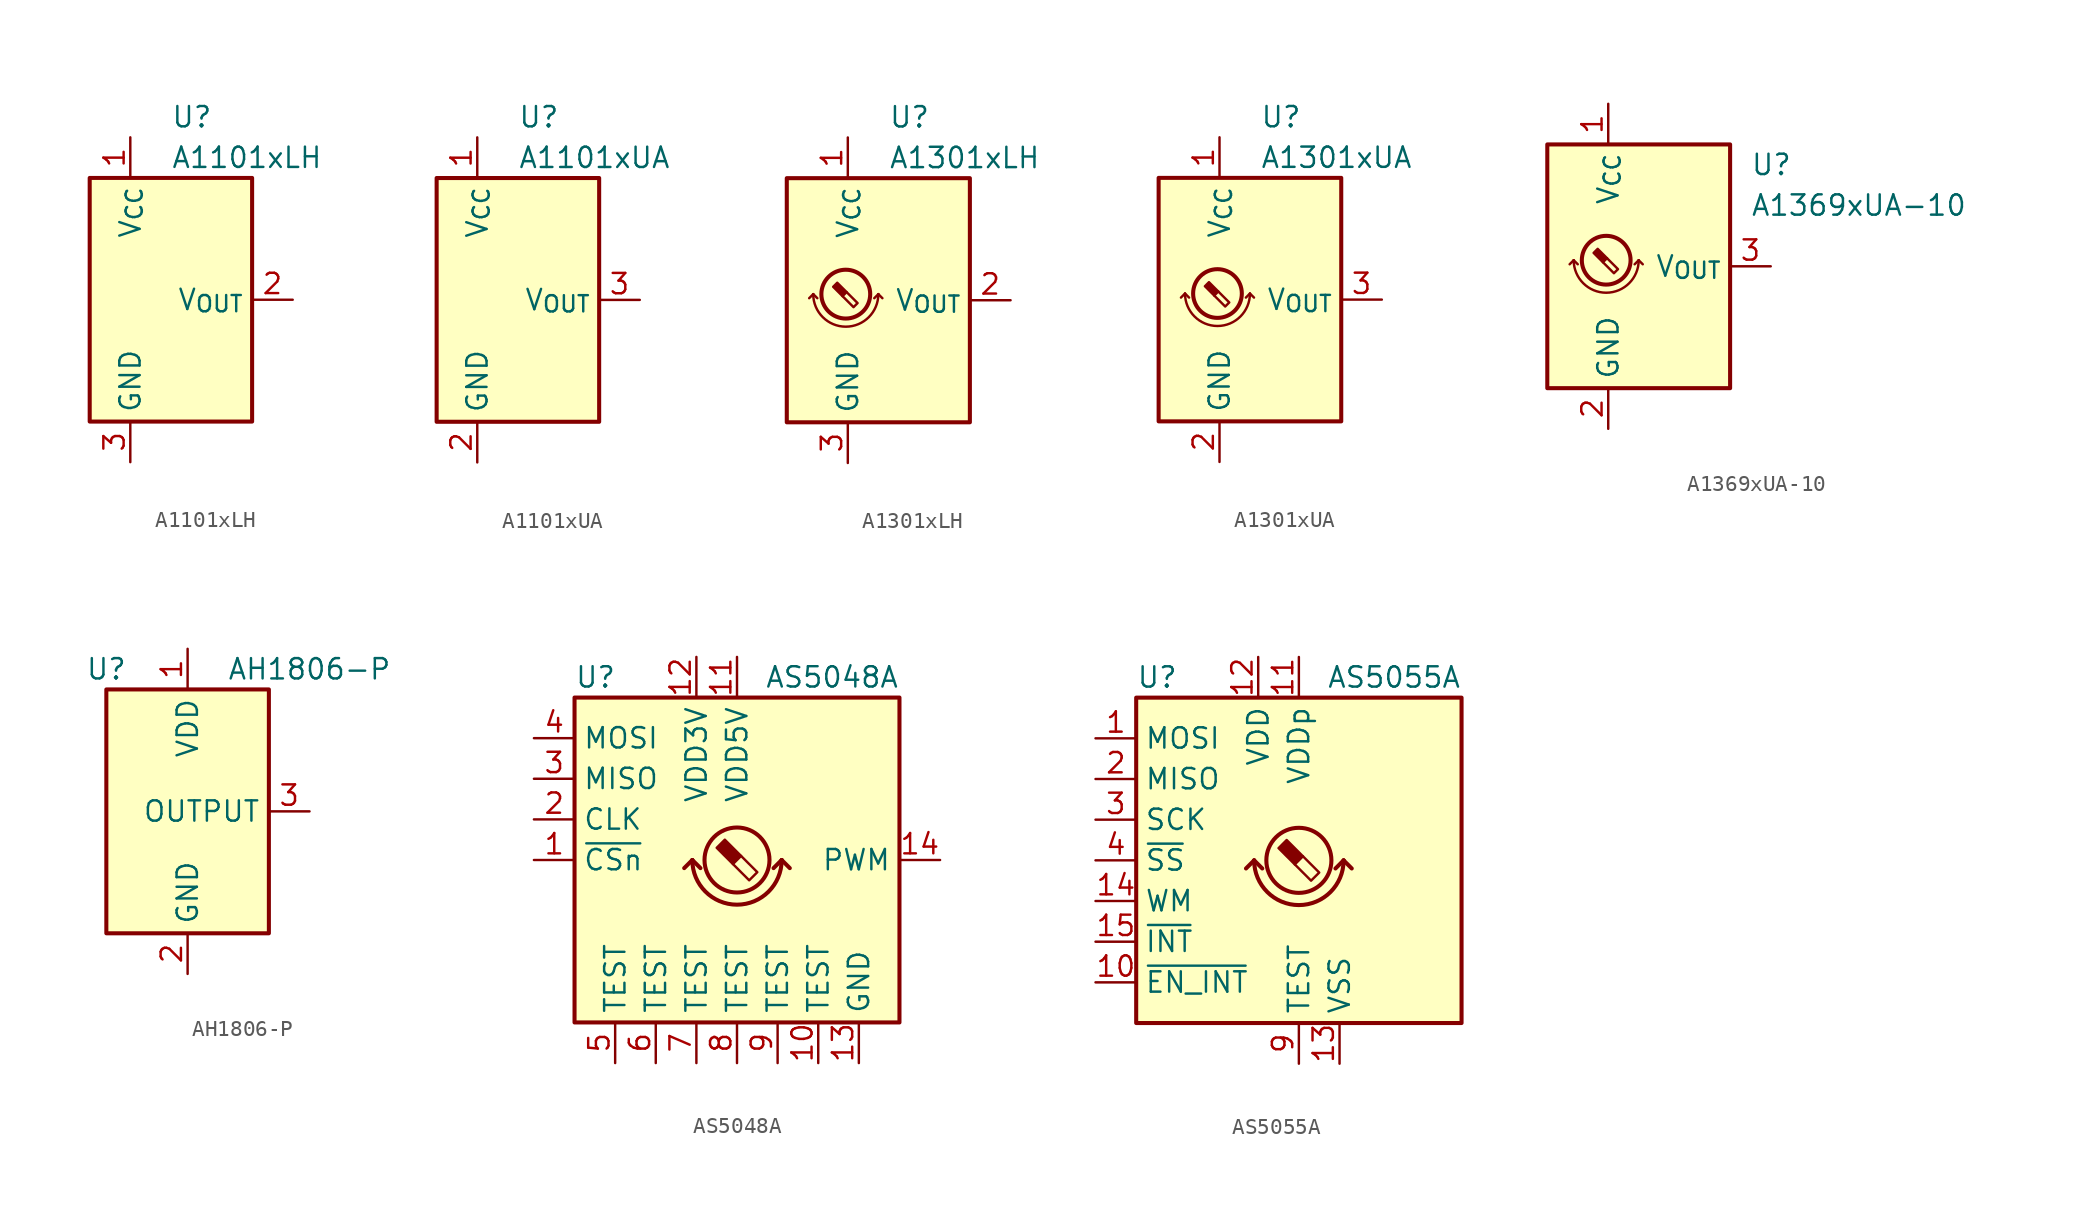
<source format=kicad_sym>
(kicad_symbol_lib
  (version 20241209)
  (generator "kicad_symbol_editor")
  (generator_version "9.0")
  (symbol "A1101xLH"
    (property "Reference" "U"
      (at 0 11.43 0)
      (effects (font (size 1.27 1.27)) (justify left)))
    (property "Value" "A1101xLH"
      (at 0 8.89 0)
      (effects (font (size 1.27 1.27)) (justify left)))
    (symbol "A1101xLH_0_1"
      (rectangle (start -5.08 7.62) (end 5.08 -7.62) (stroke (width 0.254) (type default)) (fill (type background))))
    (symbol "A1101xLH_1_1"
      (pin power_in line (at -2.54 10.16 270) (length 2.54) (name "V_{CC}" (effects (font (size 1.27 1.27)))) (number "1" (effects (font (size 1.27 1.27)))))
      (pin power_in line (at -2.54 -10.16 90) (length 2.54) (name "GND" (effects (font (size 1.27 1.27)))) (number "3" (effects (font (size 1.27 1.27)))))
      (pin open_collector line (at 7.62 0 180) (length 2.54) (name "V_{OUT}" (effects (font (size 1.27 1.27)))) (number "2" (effects (font (size 1.27 1.27)))))))
  (symbol "A1101xUA"
    (property "Reference" "U"
      (at 0 11.43 0)
      (effects (font (size 1.27 1.27)) (justify left)))
    (property "Value" "A1101xUA"
      (at 0 8.89 0)
      (effects (font (size 1.27 1.27)) (justify left)))
    (symbol "A1101xUA_0_1"
      (rectangle (start -5.08 7.62) (end 5.08 -7.62) (stroke (width 0.254) (type default)) (fill (type background))))
    (symbol "A1101xUA_1_1"
      (pin power_in line (at -2.54 10.16 270) (length 2.54) (name "V_{CC}" (effects (font (size 1.27 1.27)))) (number "1" (effects (font (size 1.27 1.27)))))
      (pin power_in line (at -2.54 -10.16 90) (length 2.54) (name "GND" (effects (font (size 1.27 1.27)))) (number "2" (effects (font (size 1.27 1.27)))))
      (pin open_collector line (at 7.62 0 180) (length 2.54) (name "V_{OUT}" (effects (font (size 1.27 1.27)))) (number "3" (effects (font (size 1.27 1.27)))))))
  (symbol "A1301xLH"
    (property "Reference" "U"
      (at 0 11.43 0)
      (effects (font (size 1.27 1.27)) (justify left)))
    (property "Value" "A1301xLH"
      (at 0 8.89 0)
      (effects (font (size 1.27 1.27)) (justify left)))
    (symbol "A1301xLH_0_1"
      (rectangle (start -6.35 7.62) (end 5.08 -7.62) (stroke (width 0.254) (type default)) (fill (type background)))
      (polyline (pts (xy -4.699 0.381) (xy -4.953 0.127)) (stroke (width 0) (type default)) (fill (type none)))
      (polyline (pts (xy -4.699 0.381) (xy -4.445 0.127)) (stroke (width 0) (type default)) (fill (type none)))
      (polyline (pts (xy -3.454 0.838) (xy -2.87 0.254) (xy -2.616 0.508) (xy -3.2 1.092) (xy -3.454 0.838)) (stroke (width 0) (type default)) (fill (type outline)))
      (arc (start -0.635 0.381) (mid -2.667 -1.651) (end -4.699 0.381) (stroke (width 0) (type default)) (fill (type none)))
      (polyline (pts (xy -0.635 0.381) (xy -0.889 0.127)) (stroke (width 0) (type default)) (fill (type none)))
      (polyline (pts (xy -0.635 0.381) (xy -0.381 0.127)) (stroke (width 0) (type default)) (fill (type none))))
    (symbol "A1301xLH_1_1"
      (circle (center -2.667 0.381) (radius 1.524) (stroke (width 0.254) (type default)) (fill (type none)))
      (polyline (pts (xy -2.616 0.508) (xy -1.93 -0.178) (xy -2.184 -0.432) (xy -2.87 0.254)) (stroke (width 0) (type default)) (fill (type none)))
      (pin power_in line (at -2.54 10.16 270) (length 2.54) (name "V_{CC}" (effects (font (size 1.27 1.27)))) (number "1" (effects (font (size 1.27 1.27)))))
      (pin power_in line (at -2.54 -10.16 90) (length 2.54) (name "GND" (effects (font (size 1.27 1.27)))) (number "3" (effects (font (size 1.27 1.27)))))
      (pin output line (at 7.62 0 180) (length 2.54) (name "V_{OUT}" (effects (font (size 1.27 1.27)))) (number "2" (effects (font (size 1.27 1.27)))))))
  (symbol "A1301xUA"
    (property "Reference" "U"
      (at 0 11.43 0)
      (effects (font (size 1.27 1.27)) (justify left)))
    (property "Value" "A1301xUA"
      (at 0 8.89 0)
      (effects (font (size 1.27 1.27)) (justify left)))
    (symbol "A1301xUA_0_1"
      (rectangle (start -6.35 7.62) (end 5.08 -7.62) (stroke (width 0.254) (type default)) (fill (type background)))
      (polyline (pts (xy -4.699 0.381) (xy -4.953 0.127)) (stroke (width 0) (type default)) (fill (type none)))
      (polyline (pts (xy -4.699 0.381) (xy -4.445 0.127)) (stroke (width 0) (type default)) (fill (type none)))
      (polyline (pts (xy -3.454 0.838) (xy -2.87 0.254) (xy -2.616 0.508) (xy -3.2 1.092) (xy -3.454 0.838)) (stroke (width 0) (type default)) (fill (type outline)))
      (arc (start -0.635 0.381) (mid -2.667 -1.651) (end -4.699 0.381) (stroke (width 0) (type default)) (fill (type none)))
      (polyline (pts (xy -0.635 0.381) (xy -0.889 0.127)) (stroke (width 0) (type default)) (fill (type none)))
      (polyline (pts (xy -0.635 0.381) (xy -0.381 0.127)) (stroke (width 0) (type default)) (fill (type none))))
    (symbol "A1301xUA_1_1"
      (circle (center -2.667 0.381) (radius 1.524) (stroke (width 0.254) (type default)) (fill (type none)))
      (polyline (pts (xy -2.616 0.508) (xy -1.93 -0.178) (xy -2.184 -0.432) (xy -2.87 0.254)) (stroke (width 0) (type default)) (fill (type none)))
      (pin power_in line (at -2.54 10.16 270) (length 2.54) (name "V_{CC}" (effects (font (size 1.27 1.27)))) (number "1" (effects (font (size 1.27 1.27)))))
      (pin power_in line (at -2.54 -10.16 90) (length 2.54) (name "GND" (effects (font (size 1.27 1.27)))) (number "2" (effects (font (size 1.27 1.27)))))
      (pin output line (at 7.62 0 180) (length 2.54) (name "V_{OUT}" (effects (font (size 1.27 1.27)))) (number "3" (effects (font (size 1.27 1.27)))))))
  (symbol "A1369xUA-10"
    (property "Reference" "U"
      (at 6.35 6.35 0)
      (effects (font (size 1.27 1.27)) (justify left)))
    (property "Value" "A1369xUA-10"
      (at 6.35 3.81 0)
      (effects (font (size 1.27 1.27)) (justify left)))
    (symbol "A1369xUA-10_0_1"
      (rectangle (start -6.35 7.62) (end 5.08 -7.62) (stroke (width 0.254) (type default)) (fill (type background)))
      (polyline (pts (xy -4.699 0.381) (xy -4.953 0.127)) (stroke (width 0) (type default)) (fill (type none)))
      (polyline (pts (xy -4.699 0.381) (xy -4.445 0.127)) (stroke (width 0) (type default)) (fill (type none)))
      (polyline (pts (xy -3.454 0.838) (xy -2.87 0.254) (xy -2.616 0.508) (xy -3.2 1.092) (xy -3.454 0.838)) (stroke (width 0) (type default)) (fill (type outline)))
      (arc (start -0.635 0.381) (mid -2.667 -1.651) (end -4.699 0.381) (stroke (width 0) (type default)) (fill (type none)))
      (polyline (pts (xy -0.635 0.381) (xy -0.889 0.127)) (stroke (width 0) (type default)) (fill (type none)))
      (polyline (pts (xy -0.635 0.381) (xy -0.381 0.127)) (stroke (width 0) (type default)) (fill (type none))))
    (symbol "A1369xUA-10_1_1"
      (circle (center -2.667 0.381) (radius 1.524) (stroke (width 0.254) (type default)) (fill (type none)))
      (polyline (pts (xy -2.616 0.508) (xy -1.93 -0.178) (xy -2.184 -0.432) (xy -2.87 0.254)) (stroke (width 0) (type default)) (fill (type none)))
      (pin power_in line (at -2.54 10.16 270) (length 2.54) (name "V_{CC}" (effects (font (size 1.27 1.27)))) (number "1" (effects (font (size 1.27 1.27)))))
      (pin power_in line (at -2.54 -10.16 90) (length 2.54) (name "GND" (effects (font (size 1.27 1.27)))) (number "2" (effects (font (size 1.27 1.27)))))
      (pin bidirectional line (at 7.62 0 180) (length 2.54) (name "V_{OUT}" (effects (font (size 1.27 1.27)))) (number "3" (effects (font (size 1.27 1.27)))))))
  (symbol "AH1806-P"
    (property "Reference" "U"
      (at -5.08 8.89 0)
      (effects (font (size 1.27 1.27))))
    (property "Value" "AH1806-P"
      (at 7.62 8.89 0)
      (effects (font (size 1.27 1.27))))
    (symbol "AH1806-P_0_1"
      (rectangle (start 5.08 7.62) (end -5.08 -7.62) (stroke (width 0.254) (type default)) (fill (type background))))
    (symbol "AH1806-P_1_1"
      (pin power_in line (at 0 10.16 270) (length 2.54) (name "VDD" (effects (font (size 1.27 1.27)))) (number "1" (effects (font (size 1.27 1.27)))))
      (pin power_in line (at 0 -10.16 90) (length 2.54) (name "GND" (effects (font (size 1.27 1.27)))) (number "2" (effects (font (size 1.27 1.27)))))
      (pin open_collector line (at 7.62 0 180) (length 2.54) (name "OUTPUT" (effects (font (size 1.27 1.27)))) (number "3" (effects (font (size 1.27 1.27)))))))
  (symbol "AS5048A"
    (property "Reference" "U"
      (at -10.16 11.43 0)
      (effects (font (size 1.27 1.27)) (justify left)))
    (property "Value" "AS5048A"
      (at 10.16 11.43 0)
      (effects (font (size 1.27 1.27)) (justify right)))
    (symbol "AS5048A_0_1"
      (rectangle (start -10.16 10.16) (end 10.16 -10.16) (stroke (width 0.254) (type default)) (fill (type background)))
      (polyline (pts (xy -2.794 0) (xy -3.302 -0.508)) (stroke (width 0.254) (type default)) (fill (type none)))
      (polyline (pts (xy -2.794 0) (xy -2.286 -0.508)) (stroke (width 0.254) (type default)) (fill (type none)))
      (arc (start 2.794 0) (mid 0 -2.7819) (end -2.794 0) (stroke (width 0.254) (type default)) (fill (type none)))
      (polyline (pts (xy 2.794 0) (xy 2.286 -0.508)) (stroke (width 0.254) (type default)) (fill (type none)))
      (polyline (pts (xy 2.794 0) (xy 3.302 -0.508)) (stroke (width 0.254) (type default)) (fill (type none))))
    (symbol "AS5048A_1_1"
      (polyline (pts (xy -0.762 1.27) (xy 0.254 0.254) (xy -0.254 -0.254) (xy -1.27 0.762) (xy -1.016 1.016) (xy -0.762 1.27) (xy -0.635 1.143)) (stroke (width 0) (type default)) (fill (type outline)))
      (circle (center 0 0) (radius 2.032) (stroke (width 0.254) (type default)) (fill (type none)))
      (polyline (pts (xy 0.254 0.254) (xy 1.27 -0.762) (xy 0.762 -1.27) (xy -0.254 -0.254)) (stroke (width 0) (type default)) (fill (type none)))
      (pin input line (at -12.7 7.62 0) (length 2.54) (name "MOSI" (effects (font (size 1.27 1.27)))) (number "4" (effects (font (size 1.27 1.27)))))
      (pin output line (at -12.7 5.08 0) (length 2.54) (name "MISO" (effects (font (size 1.27 1.27)))) (number "3" (effects (font (size 1.27 1.27)))))
      (pin input line (at -12.7 2.54 0) (length 2.54) (name "CLK" (effects (font (size 1.27 1.27)))) (number "2" (effects (font (size 1.27 1.27)))))
      (pin input line (at -12.7 0 0) (length 2.54) (name "~{CSn}" (effects (font (size 1.27 1.27)))) (number "1" (effects (font (size 1.27 1.27)))))
      (pin passive line (at -7.62 -12.7 90) (length 2.54) (name "TEST" (effects (font (size 1.27 1.27)))) (number "5" (effects (font (size 1.27 1.27)))))
      (pin passive line (at -5.08 -12.7 90) (length 2.54) (name "TEST" (effects (font (size 1.27 1.27)))) (number "6" (effects (font (size 1.27 1.27)))))
      (pin power_in line (at -2.54 12.7 270) (length 2.54) (name "VDD3V" (effects (font (size 1.27 1.27)))) (number "12" (effects (font (size 1.27 1.27)))))
      (pin passive line (at -2.54 -12.7 90) (length 2.54) (name "TEST" (effects (font (size 1.27 1.27)))) (number "7" (effects (font (size 1.27 1.27)))))
      (pin power_in line (at 0 12.7 270) (length 2.54) (name "VDD5V" (effects (font (size 1.27 1.27)))) (number "11" (effects (font (size 1.27 1.27)))))
      (pin passive line (at 0 -12.7 90) (length 2.54) (name "TEST" (effects (font (size 1.27 1.27)))) (number "8" (effects (font (size 1.27 1.27)))))
      (pin passive line (at 2.54 -12.7 90) (length 2.54) (name "TEST" (effects (font (size 1.27 1.27)))) (number "9" (effects (font (size 1.27 1.27)))))
      (pin passive line (at 5.08 -12.7 90) (length 2.54) (name "TEST" (effects (font (size 1.27 1.27)))) (number "10" (effects (font (size 1.27 1.27)))))
      (pin power_in line (at 7.62 -12.7 90) (length 2.54) (name "GND" (effects (font (size 1.27 1.27)))) (number "13" (effects (font (size 1.27 1.27)))))
      (pin output line (at 12.7 0 180) (length 2.54) (name "PWM" (effects (font (size 1.27 1.27)))) (number "14" (effects (font (size 1.27 1.27)))))))
  (symbol "AS5055A"
    (property "Reference" "U"
      (at -10.16 11.43 0)
      (effects (font (size 1.27 1.27)) (justify left)))
    (property "Value" "AS5055A"
      (at 10.16 11.43 0)
      (effects (font (size 1.27 1.27)) (justify right)))
    (symbol "AS5055A_0_1"
      (rectangle (start -10.16 10.16) (end 10.16 -10.16) (stroke (width 0.254) (type default)) (fill (type background)))
      (polyline (pts (xy -2.794 0) (xy -3.302 -0.508)) (stroke (width 0.254) (type default)) (fill (type none)))
      (polyline (pts (xy -2.794 0) (xy -2.286 -0.508)) (stroke (width 0.254) (type default)) (fill (type none)))
      (arc (start 2.794 0) (mid 0 -2.7819) (end -2.794 0) (stroke (width 0.254) (type default)) (fill (type none)))
      (polyline (pts (xy 2.794 0) (xy 2.286 -0.508)) (stroke (width 0.254) (type default)) (fill (type none)))
      (polyline (pts (xy 2.794 0) (xy 3.302 -0.508)) (stroke (width 0.254) (type default)) (fill (type none))))
    (symbol "AS5055A_1_1"
      (polyline (pts (xy -0.762 1.27) (xy 0.254 0.254) (xy -0.254 -0.254) (xy -1.27 0.762) (xy -1.016 1.016) (xy -0.762 1.27) (xy -0.635 1.143)) (stroke (width 0) (type default)) (fill (type outline)))
      (circle (center 0 0) (radius 2.032) (stroke (width 0.254) (type default)) (fill (type none)))
      (polyline (pts (xy 0.254 0.254) (xy 1.27 -0.762) (xy 0.762 -1.27) (xy -0.254 -0.254)) (stroke (width 0) (type default)) (fill (type none)))
      (pin input line (at -12.7 7.62 0) (length 2.54) (name "MOSI" (effects (font (size 1.27 1.27)))) (number "1" (effects (font (size 1.27 1.27)))))
      (pin output line (at -12.7 5.08 0) (length 2.54) (name "MISO" (effects (font (size 1.27 1.27)))) (number "2" (effects (font (size 1.27 1.27)))))
      (pin input line (at -12.7 2.54 0) (length 2.54) (name "SCK" (effects (font (size 1.27 1.27)))) (number "3" (effects (font (size 1.27 1.27)))))
      (pin input line (at -12.7 0 0) (length 2.54) (name "~{SS}" (effects (font (size 1.27 1.27)))) (number "4" (effects (font (size 1.27 1.27)))))
      (pin input line (at -12.7 -2.54 0) (length 2.54) (name "WM" (effects (font (size 1.27 1.27)))) (number "14" (effects (font (size 1.27 1.27)))))
      (pin output line (at -12.7 -5.08 0) (length 2.54) (name "~{INT}" (effects (font (size 1.27 1.27)))) (number "15" (effects (font (size 1.27 1.27)))))
      (pin input line (at -12.7 -7.62 0) (length 2.54) (name "~{EN_INT}" (effects (font (size 1.27 1.27)))) (number "10" (effects (font (size 1.27 1.27)))))
      (pin power_in line (at -2.54 12.7 270) (length 2.54) (name "VDD" (effects (font (size 1.27 1.27)))) (number "12" (effects (font (size 1.27 1.27)))))
      (pin power_in line (at 0 12.7 270) (length 2.54) (name "VDDp" (effects (font (size 1.27 1.27)))) (number "11" (effects (font (size 1.27 1.27)))))
      (pin passive line (at 0 -12.7 90) (length 2.54) (name "TEST" (effects (font (size 1.27 1.27)))) (number "9" (effects (font (size 1.27 1.27)))))
      (pin power_in line (at 2.54 -12.7 90) (length 2.54) (name "VSS" (effects (font (size 1.27 1.27)))) (number "13" (effects (font (size 1.27 1.27)))))
      (pin no_connect line (at 5.08 -10.16 90) (length 2.54) (hide yes) (name "NC" (effects (font (size 1.27 1.27)))) (number "16" (effects (font (size 1.27 1.27)))))
      (pin no_connect line (at 7.62 -10.16 90) (length 2.54) (hide yes) (name "NC" (effects (font (size 1.27 1.27)))) (number "17" (effects (font (size 1.27 1.27)))))
      (pin no_connect line (at 10.16 7.62 180) (length 2.54) (hide yes) (name "NC" (effects (font (size 1.27 1.27)))) (number "5" (effects (font (size 1.27 1.27)))))
      (pin no_connect line (at 10.16 5.08 180) (length 2.54) (hide yes) (name "NC" (effects (font (size 1.27 1.27)))) (number "6" (effects (font (size 1.27 1.27)))))
      (pin no_connect line (at 10.16 2.54 180) (length 2.54) (hide yes) (name "NC" (effects (font (size 1.27 1.27)))) (number "7" (effects (font (size 1.27 1.27)))))
      (pin no_connect line (at 10.16 0 180) (length 2.54) (hide yes) (name "NC" (effects (font (size 1.27 1.27)))) (number "8" (effects (font (size 1.27 1.27))))))))
</source>
